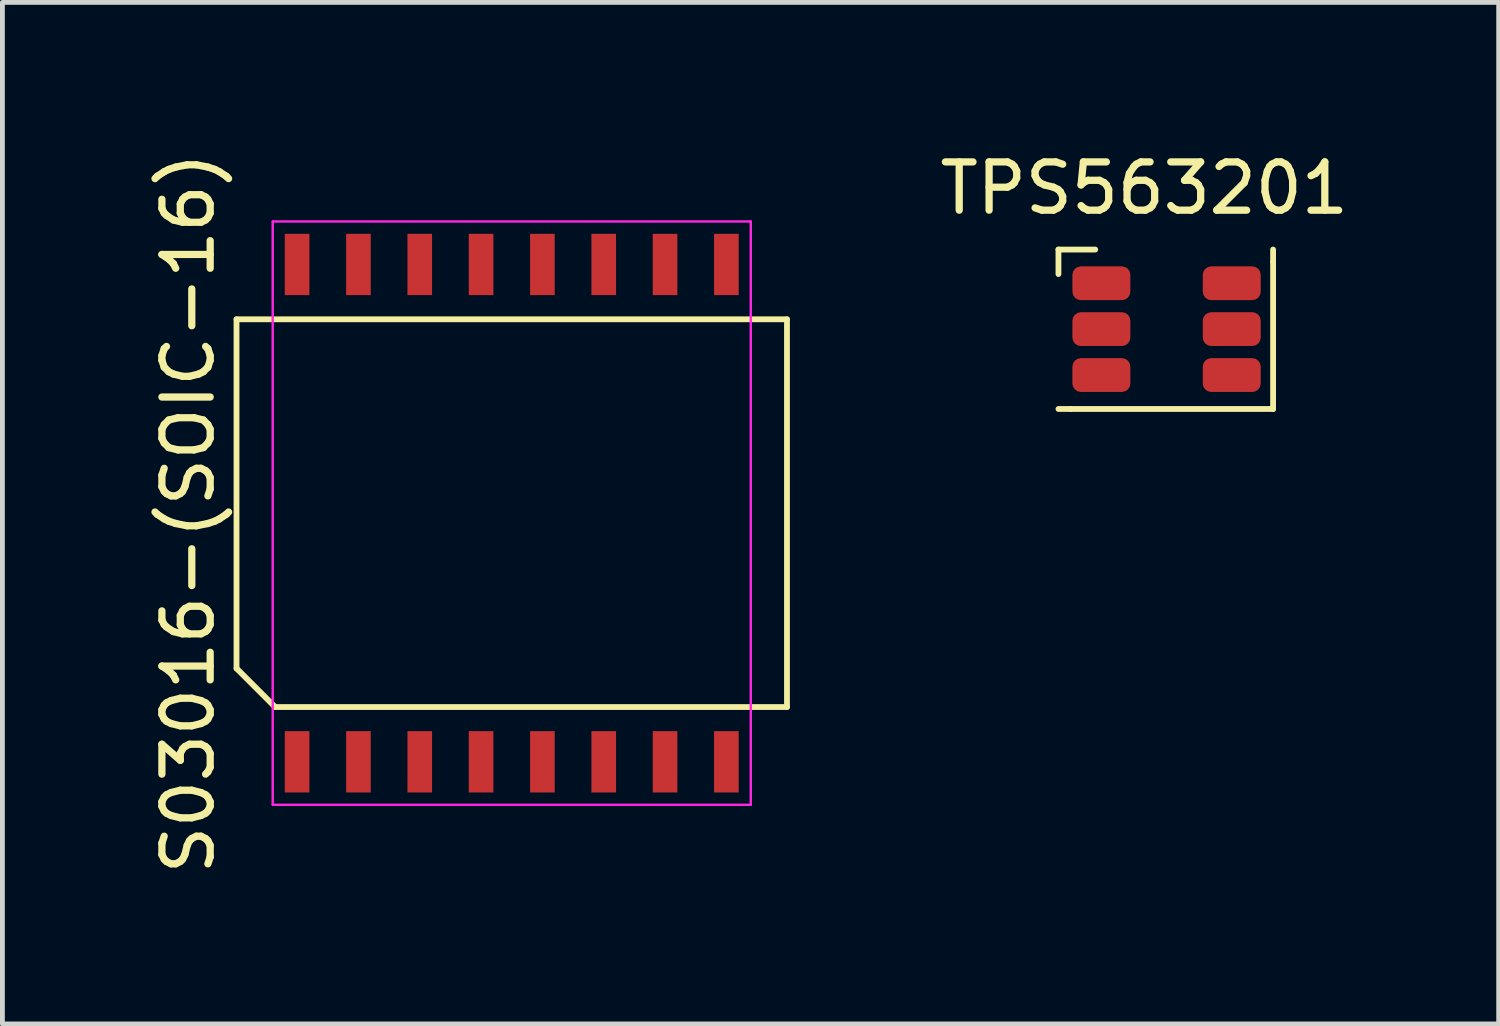
<source format=kicad_pcb>
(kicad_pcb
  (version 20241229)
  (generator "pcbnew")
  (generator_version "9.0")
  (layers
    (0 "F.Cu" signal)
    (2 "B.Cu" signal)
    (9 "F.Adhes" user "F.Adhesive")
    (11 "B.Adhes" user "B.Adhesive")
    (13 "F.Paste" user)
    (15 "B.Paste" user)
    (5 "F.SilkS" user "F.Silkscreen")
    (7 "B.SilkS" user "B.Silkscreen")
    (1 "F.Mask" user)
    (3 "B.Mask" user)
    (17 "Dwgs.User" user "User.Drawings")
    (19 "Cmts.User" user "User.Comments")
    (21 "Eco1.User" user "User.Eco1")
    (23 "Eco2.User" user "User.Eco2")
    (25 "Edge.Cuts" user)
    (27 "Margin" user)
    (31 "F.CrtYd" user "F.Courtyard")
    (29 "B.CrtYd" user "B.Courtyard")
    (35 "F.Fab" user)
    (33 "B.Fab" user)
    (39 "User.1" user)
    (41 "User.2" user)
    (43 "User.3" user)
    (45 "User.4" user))
  (footprint "S03016-(SOIC-16)"
    (layer "F.Cu")
    (at 7.548 7.577)
    (property "Reference" "S03016-(SOIC-16)" (at -6.7 0 90) (layer "F.SilkS") (effects (font (size 1 1) (thickness 0.15))))
    (attr smd)
    (fp_line (start -5.7 -4.015) (end 5.7 -4.015) (stroke (width 0.12) (type solid)) (layer "F.SilkS"))
    (fp_line (start -5.7 3.215) (end -5.7 -4.015) (stroke (width 0.12) (type solid)) (layer "F.SilkS"))
    (fp_line (start -4.9 4.015) (end -5.7 3.215) (stroke (width 0.12) (type solid)) (layer "F.SilkS"))
    (fp_line (start 5.7 -4.015) (end 5.7 4.015) (stroke (width 0.12) (type solid)) (layer "F.SilkS"))
    (fp_line (start 5.7 4.015) (end -4.9 4.015) (stroke (width 0.12) (type solid)) (layer "F.SilkS"))
    (fp_line (start -4.95 -6.04) (end 4.95 -6.04) (stroke (width 0.05) (type solid)) (layer "F.CrtYd"))
    (fp_line (start -4.95 6.04) (end -4.95 -6.04) (stroke (width 0.05) (type solid)) (layer "F.CrtYd"))
    (fp_line (start 4.95 -6.04) (end 4.95 6.04) (stroke (width 0.05) (type solid)) (layer "F.CrtYd"))
    (fp_line (start 4.95 6.04) (end -4.95 6.04) (stroke (width 0.05) (type solid)) (layer "F.CrtYd"))
    (pad "1" smd rect (at -4.445 5.15) (size 0.51 1.27) (layers "F.Cu" "F.Mask" "F.Paste"))
    (pad "2" smd rect (at -3.175 5.15) (size 0.51 1.27) (layers "F.Cu" "F.Mask" "F.Paste"))
    (pad "3" smd rect (at -1.905 5.15) (size 0.51 1.27) (layers "F.Cu" "F.Mask" "F.Paste"))
    (pad "4" smd rect (at -0.635 5.15) (size 0.51 1.27) (layers "F.Cu" "F.Mask" "F.Paste"))
    (pad "5" smd rect (at 0.635 5.15) (size 0.51 1.27) (layers "F.Cu" "F.Mask" "F.Paste"))
    (pad "6" smd rect (at 1.905 5.15) (size 0.51 1.27) (layers "F.Cu" "F.Mask" "F.Paste"))
    (pad "7" smd rect (at 3.175 5.15) (size 0.51 1.27) (layers "F.Cu" "F.Mask" "F.Paste"))
    (pad "8" smd rect (at 4.445 5.15) (size 0.51 1.27) (layers "F.Cu" "F.Mask" "F.Paste"))
    (pad "9" smd rect (at 4.445 -5.15) (size 0.51 1.27) (layers "F.Cu" "F.Mask" "F.Paste"))
    (pad "10" smd rect (at 3.175 -5.15) (size 0.51 1.27) (layers "F.Cu" "F.Mask" "F.Paste"))
    (pad "11" smd rect (at 1.905 -5.15) (size 0.51 1.27) (layers "F.Cu" "F.Mask" "F.Paste"))
    (pad "12" smd rect (at 0.635 -5.15) (size 0.51 1.27) (layers "F.Cu" "F.Mask" "F.Paste"))
    (pad "13" smd rect (at -0.635 -5.15) (size 0.51 1.27) (layers "F.Cu" "F.Mask" "F.Paste"))
    (pad "14" smd rect (at -1.905 -5.15) (size 0.51 1.27) (layers "F.Cu" "F.Mask" "F.Paste"))
    (pad "15" smd rect (at -3.175 -5.15) (size 0.51 1.27) (layers "F.Cu" "F.Mask" "F.Paste"))
    (pad "16" smd rect (at -4.445 -5.15) (size 0.51 1.27) (layers "F.Cu" "F.Mask" "F.Paste")))
  (footprint "TPS563201"
    (layer "F.Cu")
    (at 21.156 3.769)
    (property "Reference" "TPS563201" (at -0.508 -2.921 0) (layer "F.SilkS") (effects (font (size 1 1) (thickness 0.15))))
    (attr through_hole)
    (fp_line (start -2.286 -1.651) (end -2.286 -1.143) (stroke (width 0.12) (type solid)) (layer "F.SilkS"))
    (fp_line (start -2.286 -1.651) (end -1.524 -1.651) (stroke (width 0.12) (type solid)) (layer "F.SilkS"))
    (fp_line (start -2.032 1.651) (end -2.286 1.651) (stroke (width 0.12) (type solid)) (layer "F.SilkS"))
    (fp_line (start 2.159 -1.651) (end 2.159 -1.397) (stroke (width 0.12) (type solid)) (layer "F.SilkS"))
    (fp_line (start 2.159 -1.397) (end 2.159 1.651) (stroke (width 0.12) (type solid)) (layer "F.SilkS"))
    (fp_line (start 2.159 1.651) (end -2.032 1.651) (stroke (width 0.12) (type solid)) (layer "F.SilkS"))
    (pad "1" smd roundrect (at -1.397 -0.953) (size 1.2 0.7) (layers "F.Cu" "F.Mask" "F.Paste") (roundrect_rratio 0.25))
    (pad "2" smd roundrect (at -1.397 -0.003) (size 1.2 0.7) (layers "F.Cu" "F.Mask" "F.Paste") (roundrect_rratio 0.25))
    (pad "3" smd roundrect (at -1.397 0.948) (size 1.2 0.7) (layers "F.Cu" "F.Mask" "F.Paste") (roundrect_rratio 0.25))
    (pad "4" smd roundrect (at 1.303 0.948) (size 1.2 0.7) (layers "F.Cu" "F.Mask" "F.Paste") (roundrect_rratio 0.25))
    (pad "5" smd roundrect (at 1.303 -0.003) (size 1.2 0.7) (layers "F.Cu" "F.Mask" "F.Paste") (roundrect_rratio 0.25))
    (pad "6" smd roundrect (at 1.303 -0.953) (size 1.2 0.7) (layers "F.Cu" "F.Mask" "F.Paste") (roundrect_rratio 0.25)))
  (gr_rect
    (start -3 -3)
    (end 27.987 18.155)
    (stroke (width 0.1) (type default))
    (fill no)
    (layer "Edge.Cuts")))
</source>
